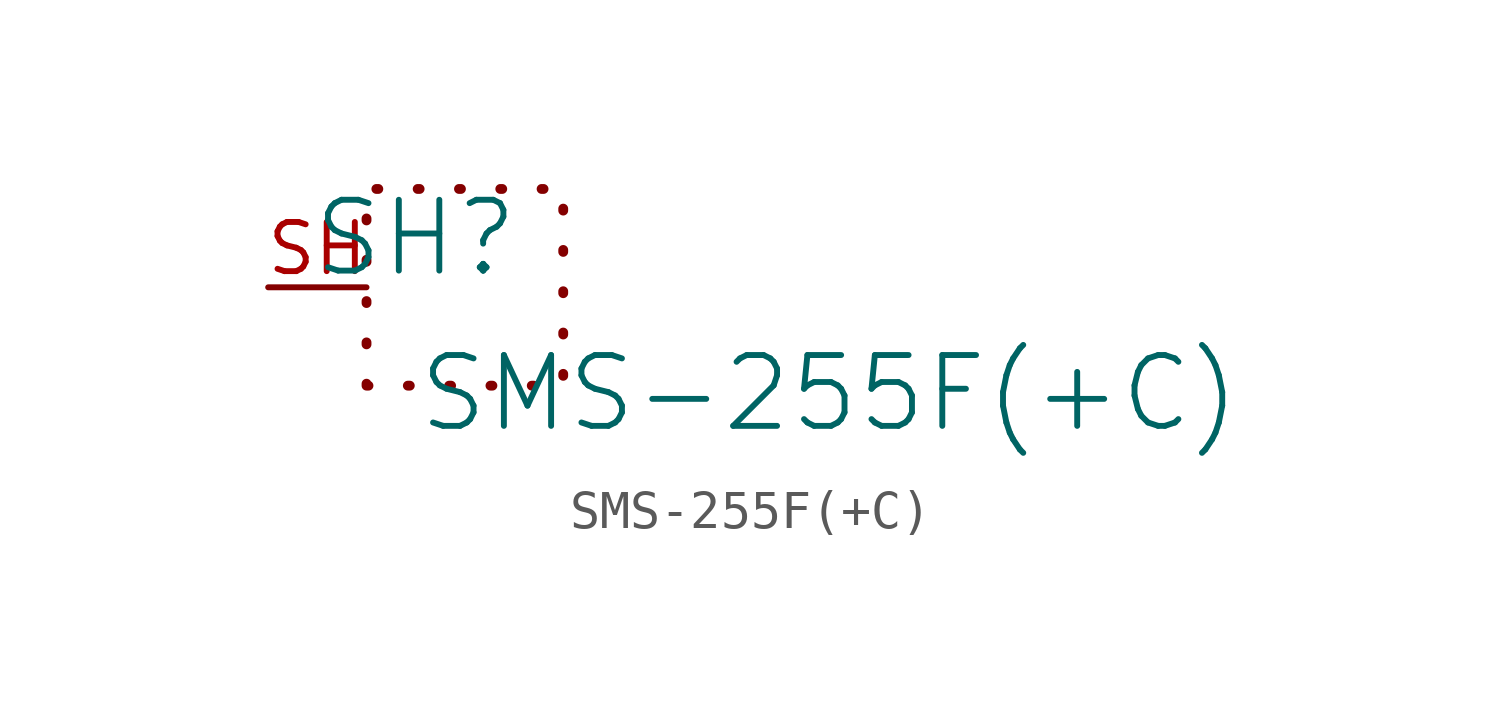
<source format=kicad_sym>
(kicad_symbol_lib
  (version 20231120)
  (generator "kicad_symbol_editor")
  (generator_version "8.0")
  (symbol "SMS-255F(+C)"
    (property "Reference" "SH"
      (at -1.27 1.27 0)
      (effects (font (size 1.829 1.829))))
    (property "Value" "SMS-255F(+C)"
      (at -1.27 -3.81 0)
      (effects (font (size 1.829 1.829)) (justify left bottom)))
    (symbol "SMS-255F(+C)_1_0"
      (polyline (pts (xy -2.54 -2.54) (xy -2.54 2.54) (xy 2.54 2.54) (xy 2.54 -2.54) (xy -2.54 -2.54)) (stroke (width 0.254) (type dot)) (fill (type none)))
      (pin passive line (at -5.08 0 0) (length 2.54) (name "SH" (effects (font (size 0 0)))) (number "SH" (effects (font (size 1.27 1.27))))))))
</source>
